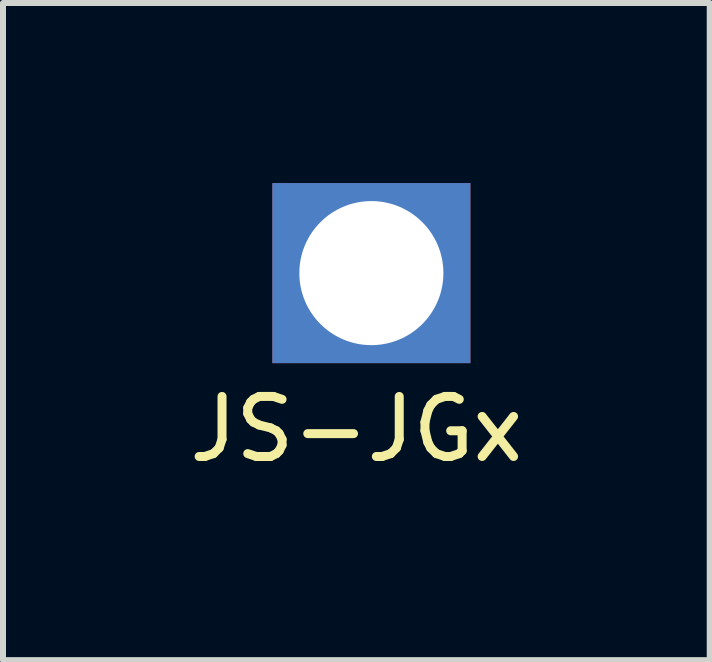
<source format=kicad_pcb>
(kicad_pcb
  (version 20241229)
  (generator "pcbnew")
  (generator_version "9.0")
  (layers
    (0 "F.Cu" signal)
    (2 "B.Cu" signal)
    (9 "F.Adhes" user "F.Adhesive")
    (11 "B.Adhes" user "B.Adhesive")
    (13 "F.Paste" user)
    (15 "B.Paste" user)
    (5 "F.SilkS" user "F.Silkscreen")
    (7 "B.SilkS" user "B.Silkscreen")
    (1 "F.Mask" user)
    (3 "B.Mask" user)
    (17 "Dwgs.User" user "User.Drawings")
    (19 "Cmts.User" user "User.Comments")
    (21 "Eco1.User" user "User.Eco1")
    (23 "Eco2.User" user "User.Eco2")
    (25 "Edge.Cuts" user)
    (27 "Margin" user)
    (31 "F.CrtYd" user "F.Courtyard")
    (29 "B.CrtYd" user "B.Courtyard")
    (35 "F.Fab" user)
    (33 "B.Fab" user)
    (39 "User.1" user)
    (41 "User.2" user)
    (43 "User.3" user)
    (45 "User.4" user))
  (footprint "JS-JGx"
    (layer "F.Cu")
    (at 2.887 1.5)
    (property "Reference" "JS-JGx" (at 0 2.6 0) (layer "F.SilkS") (effects (font (size 1 1) (thickness 0.15))))
    (attr through_hole)
    (pad "1" thru_hole rect (at 0.25 0) (size 3.3 3) (drill 2.4) (layers "*.Cu" "*.Mask")))
  (gr_rect
    (start -3 -3)
    (end 8.774 7.948)
    (stroke (width 0.1) (type default))
    (fill no)
    (layer "Edge.Cuts")))
</source>
